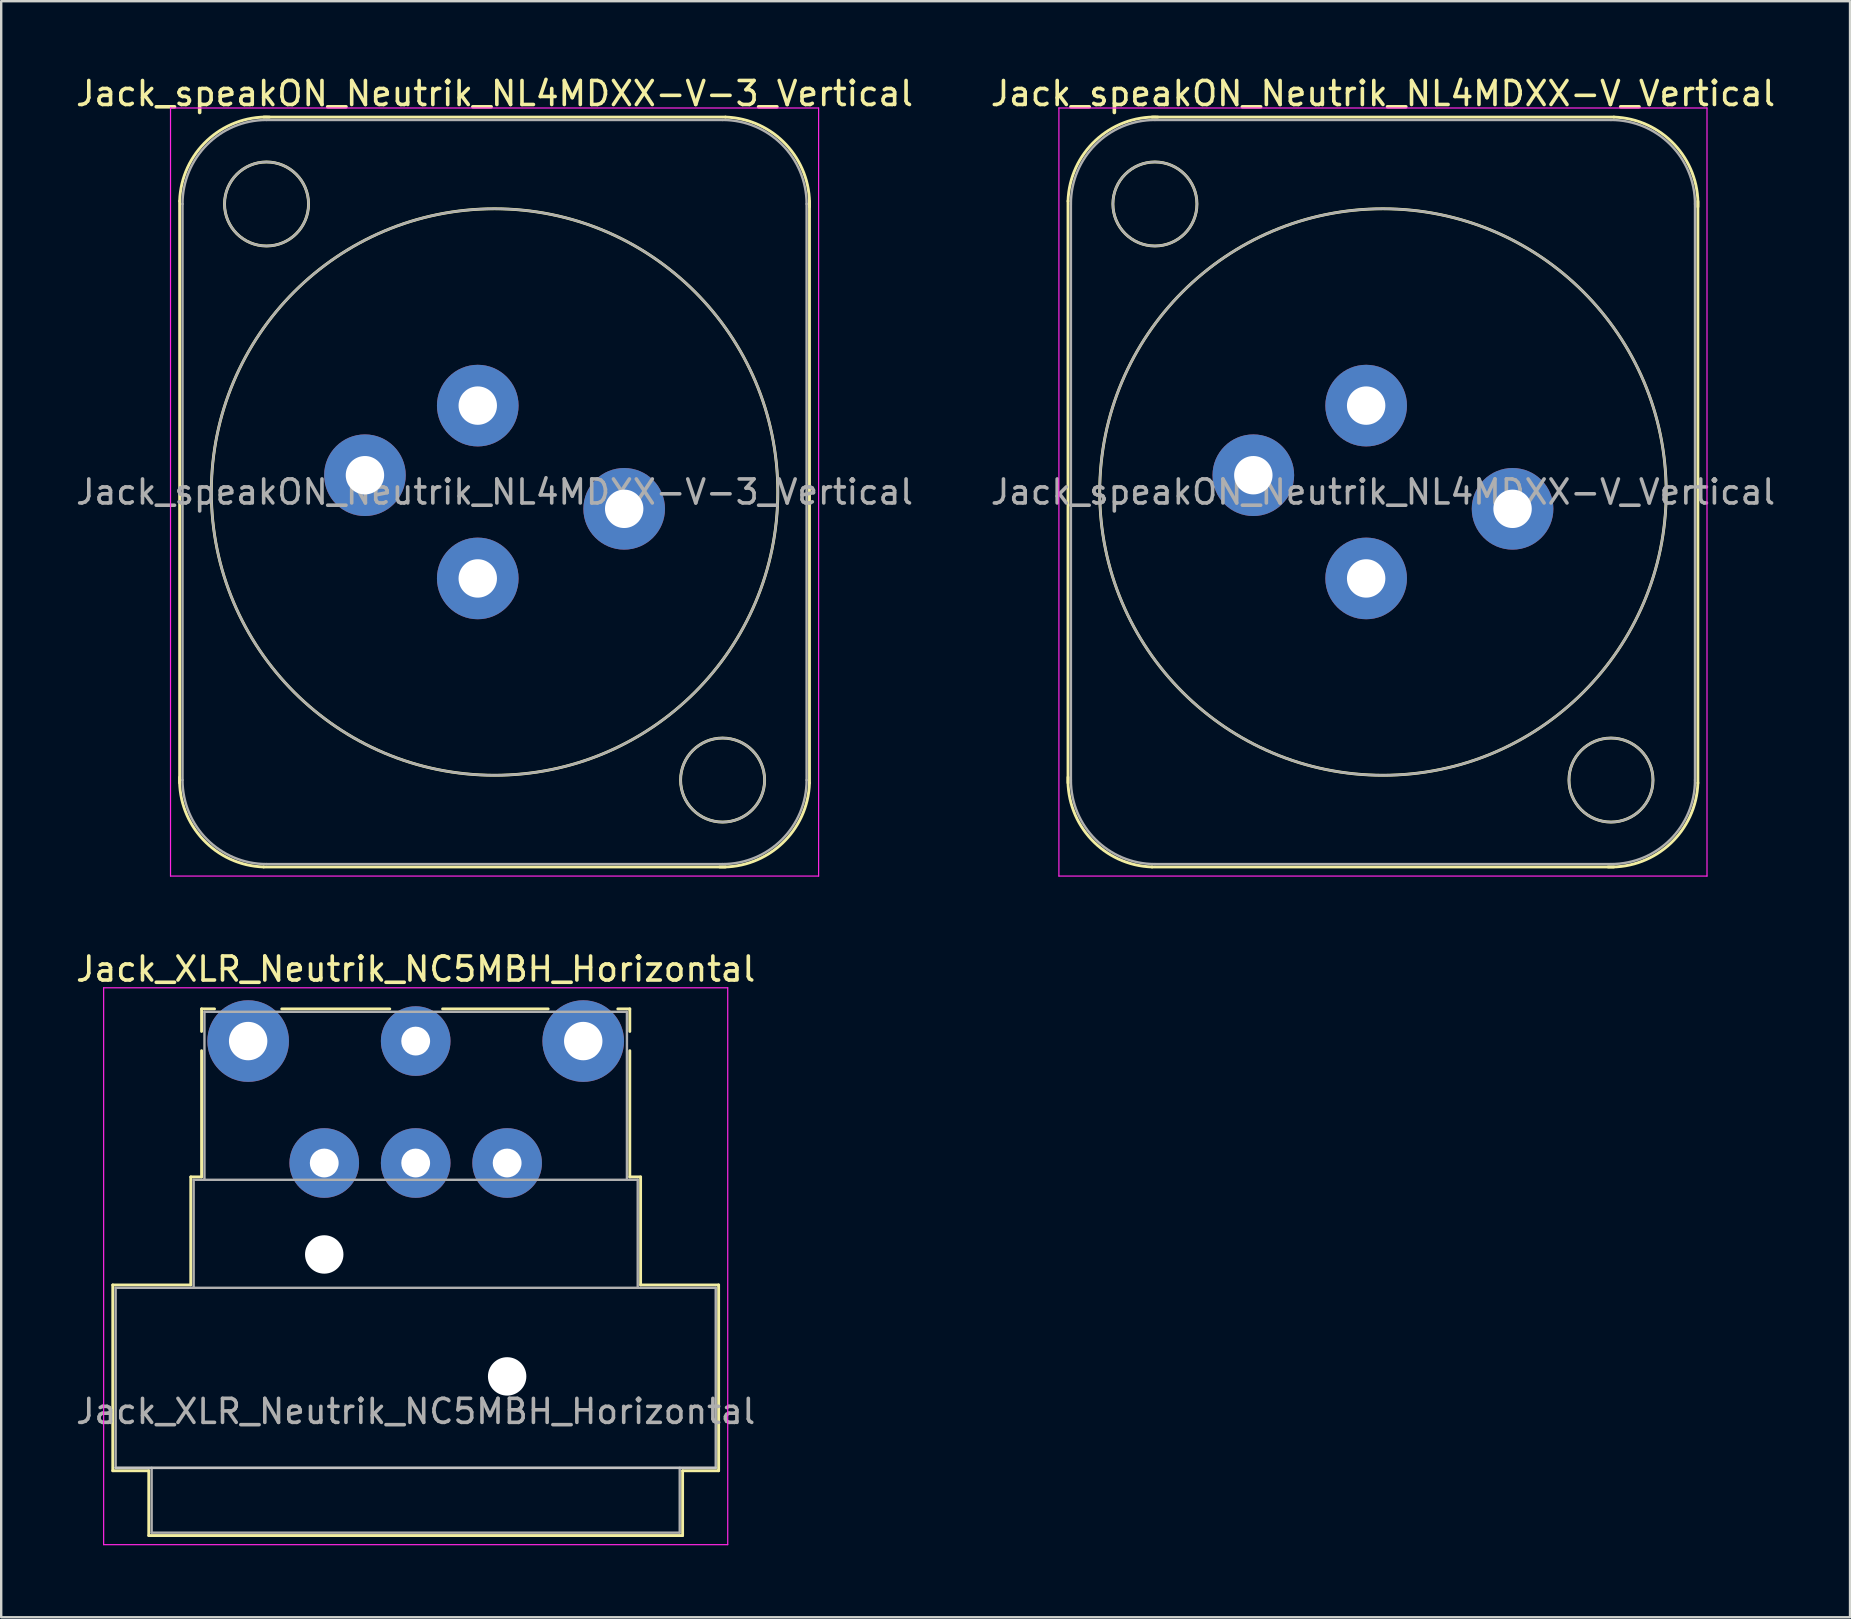
<source format=kicad_pcb>
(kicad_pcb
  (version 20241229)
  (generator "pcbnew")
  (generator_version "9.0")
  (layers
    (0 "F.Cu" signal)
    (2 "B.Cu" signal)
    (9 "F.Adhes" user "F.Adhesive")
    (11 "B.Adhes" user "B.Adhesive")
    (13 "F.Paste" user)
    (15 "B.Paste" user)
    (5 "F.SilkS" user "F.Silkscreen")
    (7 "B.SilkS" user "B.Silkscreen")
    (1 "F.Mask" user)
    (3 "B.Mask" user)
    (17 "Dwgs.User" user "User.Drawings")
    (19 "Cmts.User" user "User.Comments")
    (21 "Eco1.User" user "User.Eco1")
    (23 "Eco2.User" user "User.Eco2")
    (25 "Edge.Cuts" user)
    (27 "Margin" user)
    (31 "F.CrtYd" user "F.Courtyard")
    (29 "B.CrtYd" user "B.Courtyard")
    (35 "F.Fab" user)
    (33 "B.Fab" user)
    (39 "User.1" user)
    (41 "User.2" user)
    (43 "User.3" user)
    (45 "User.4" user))
  (footprint "Jack_XLR_Neutrik_NC5MBH_Horizontal"
    (layer "F.Cu")
    (at 7.288 40.322)
    (property "Reference" "Jack_XLR_Neutrik_NC5MBH_Horizontal" (at 6.98 -3 0) (layer "F.SilkS") (effects (font (size 1 1) (thickness 0.15))))
    (attr through_hole)
    (fp_line (start -5.64 10.16) (end -2.39 10.16) (stroke (width 0.12) (type solid)) (layer "F.SilkS"))
    (fp_line (start -5.64 17.9) (end -5.64 10.16) (stroke (width 0.12) (type solid)) (layer "F.SilkS"))
    (fp_line (start -4.14 17.9) (end -5.64 17.9) (stroke (width 0.12) (type solid)) (layer "F.SilkS"))
    (fp_line (start -4.14 17.9) (end -4.14 20.6) (stroke (width 0.12) (type solid)) (layer "F.SilkS"))
    (fp_line (start -2.39 10.16) (end -2.39 5.66) (stroke (width 0.12) (type solid)) (layer "F.SilkS"))
    (fp_line (start -1.94 -1.34) (end -1.94 -0.4) (stroke (width 0.12) (type solid)) (layer "F.SilkS"))
    (fp_line (start -1.94 -1.34) (end -1.4 -1.34) (stroke (width 0.12) (type solid)) (layer "F.SilkS"))
    (fp_line (start -1.94 5.66) (end -2.39 5.66) (stroke (width 0.12) (type solid)) (layer "F.SilkS"))
    (fp_line (start -1.94 5.66) (end -1.94 0.4) (stroke (width 0.12) (type solid)) (layer "F.SilkS"))
    (fp_line (start 5.9 -1.34) (end 1.4 -1.34) (stroke (width 0.12) (type solid)) (layer "F.SilkS"))
    (fp_line (start 12.5 -1.34) (end 8.1 -1.34) (stroke (width 0.12) (type solid)) (layer "F.SilkS"))
    (fp_line (start 15.9 -1.34) (end 15.4 -1.34) (stroke (width 0.12) (type solid)) (layer "F.SilkS"))
    (fp_line (start 15.9 -1.34) (end 15.9 -0.4) (stroke (width 0.12) (type solid)) (layer "F.SilkS"))
    (fp_line (start 15.9 5.66) (end 15.9 0.4) (stroke (width 0.12) (type solid)) (layer "F.SilkS"))
    (fp_line (start 15.9 5.66) (end 16.35 5.66) (stroke (width 0.12) (type solid)) (layer "F.SilkS"))
    (fp_line (start 16.35 10.16) (end 16.35 5.66) (stroke (width 0.12) (type solid)) (layer "F.SilkS"))
    (fp_line (start 16.35 10.16) (end 19.6 10.16) (stroke (width 0.12) (type solid)) (layer "F.SilkS"))
    (fp_line (start 18.1 17.9) (end 18.1 20.6) (stroke (width 0.12) (type solid)) (layer "F.SilkS"))
    (fp_line (start 18.1 20.6) (end -4.14 20.6) (stroke (width 0.12) (type solid)) (layer "F.SilkS"))
    (fp_line (start 19.6 17.9) (end 18.1 17.9) (stroke (width 0.12) (type solid)) (layer "F.SilkS"))
    (fp_line (start 19.6 17.9) (end 19.6 10.16) (stroke (width 0.12) (type solid)) (layer "F.SilkS"))
    (fp_line (start 19.48 17.78) (end -5.52 17.78) (stroke (width 0.1) (type solid)) (layer "Dwgs.User"))
    (fp_line (start -6.02 20.98) (end -6.02 -2.22) (stroke (width 0.05) (type solid)) (layer "F.CrtYd"))
    (fp_line (start 19.98 -2.22) (end -6.02 -2.22) (stroke (width 0.05) (type solid)) (layer "F.CrtYd"))
    (fp_line (start 19.98 20.98) (end -6.02 20.98) (stroke (width 0.05) (type solid)) (layer "F.CrtYd"))
    (fp_line (start 19.98 20.98) (end 19.98 -2.22) (stroke (width 0.05) (type solid)) (layer "F.CrtYd"))
    (fp_line (start -5.52 10.28) (end 19.48 10.28) (stroke (width 0.1) (type solid)) (layer "F.Fab"))
    (fp_line (start -5.52 17.78) (end -5.52 10.28) (stroke (width 0.1) (type solid)) (layer "F.Fab"))
    (fp_line (start -4.02 20.48) (end -4.02 17.78) (stroke (width 0.1) (type solid)) (layer "F.Fab"))
    (fp_line (start -2.27 5.78) (end -2.27 10.28) (stroke (width 0.1) (type solid)) (layer "F.Fab"))
    (fp_line (start -2.27 5.78) (end 16.23 5.78) (stroke (width 0.1) (type solid)) (layer "F.Fab"))
    (fp_line (start -1.82 5.78) (end -1.82 -1.22) (stroke (width 0.1) (type solid)) (layer "F.Fab"))
    (fp_line (start 15.78 -1.22) (end -1.82 -1.22) (stroke (width 0.1) (type solid)) (layer "F.Fab"))
    (fp_line (start 15.78 5.78) (end 15.78 -1.22) (stroke (width 0.1) (type solid)) (layer "F.Fab"))
    (fp_line (start 16.23 10.28) (end 16.23 5.78) (stroke (width 0.1) (type solid)) (layer "F.Fab"))
    (fp_line (start 17.98 17.78) (end 17.98 20.48) (stroke (width 0.1) (type solid)) (layer "F.Fab"))
    (fp_line (start 17.98 20.48) (end -4.02 20.48) (stroke (width 0.1) (type solid)) (layer "F.Fab"))
    (fp_line (start 19.48 10.28) (end 19.48 17.78) (stroke (width 0.1) (type solid)) (layer "F.Fab"))
    (fp_line (start 19.48 17.78) (end -5.52 17.78) (stroke (width 0.1) (type solid)) (layer "F.Fab"))
    (fp_text user "${REFERENCE}" (at 6.98 15.43 0) (layer "F.Fab") (effects (font (size 1 1) (thickness 0.15))))
    (pad "" np_thru_hole circle (at 3.17 8.89) (size 1.6 1.6) (drill 1.6) (layers "*.Cu" "*.Mask"))
    (pad "" np_thru_hole circle (at 10.79 13.97) (size 1.6 1.6) (drill 1.6) (layers "*.Cu" "*.Mask"))
    (pad "1" thru_hole circle (at 0 0) (size 3.4 3.4) (drill 1.6) (layers "*.Cu" "*.Mask"))
    (pad "2" thru_hole circle (at 3.17 5.08) (size 2.9 2.9) (drill 1.2) (layers "*.Cu" "*.Mask"))
    (pad "3" thru_hole circle (at 6.98 0) (size 2.9 2.9) (drill 1.2) (layers "*.Cu" "*.Mask"))
    (pad "4" thru_hole circle (at 10.79 5.08) (size 2.9 2.9) (drill 1.2) (layers "*.Cu" "*.Mask"))
    (pad "5" thru_hole circle (at 13.96 0) (size 3.4 3.4) (drill 1.6) (layers "*.Cu" "*.Mask"))
    (pad "G" thru_hole circle (at 6.98 5.08) (size 2.9 2.9) (drill 1.2) (layers "*.Cu" "*.Mask")))
  (footprint "Jack_speakON_Neutrik_NL4MDXX-V-3_Vertical"
    (layer "F.Cu")
    (at 16.854 13.848)
    (property "Reference" "Jack_speakON_Neutrik_NL4MDXX-V-3_Vertical" (at 0.7 -13 0) (layer "F.SilkS") (effects (font (size 1 1) (thickness 0.15))))
    (attr through_hole)
    (fp_line (start -12.42 15.72) (end -12.42 -8.52) (stroke (width 0.12) (type solid)) (layer "F.SilkS"))
    (fp_line (start -8.92 -12.02) (end 10.32 -12.02) (stroke (width 0.12) (type solid)) (layer "F.SilkS"))
    (fp_line (start -8.92 19.22) (end 10.32 19.22) (stroke (width 0.12) (type solid)) (layer "F.SilkS"))
    (fp_line (start 13.82 15.72) (end 13.82 -8.52) (stroke (width 0.12) (type solid)) (layer "F.SilkS"))
    (fp_arc (start -12.42 -8.52) (mid -11.274874 -11.044579) (end -8.68 -12.02) (stroke (width 0.12) (type solid)) (layer "F.SilkS"))
    (fp_arc (start -8.92 19.22) (mid -11.444579 18.074874) (end -12.42 15.48) (stroke (width 0.12) (type solid)) (layer "F.SilkS"))
    (fp_arc (start 10.32 -12.02) (mid 12.844579 -10.874874) (end 13.82 -8.28) (stroke (width 0.12) (type solid)) (layer "F.SilkS"))
    (fp_arc (start 13.82 15.72) (mid 12.674874 18.244579) (end 10.08 19.22) (stroke (width 0.12) (type solid)) (layer "F.SilkS"))
    (fp_circle (center -8.8 -8.4) (end -7.05 -8.4) (stroke (width 0.12) (type solid)) (fill no) (layer "F.SilkS"))
    (fp_circle (center 0.7 3.6) (end 12.5 3.6) (stroke (width 0.12) (type solid)) (fill no) (layer "F.SilkS"))
    (fp_circle (center 10.2 15.6) (end 11.95 15.6) (stroke (width 0.12) (type solid)) (fill no) (layer "F.SilkS"))
    (fp_line (start -12.8 -12.4) (end 14.2 -12.4) (stroke (width 0.05) (type solid)) (layer "F.CrtYd"))
    (fp_line (start -12.8 19.6) (end -12.8 -12.4) (stroke (width 0.05) (type solid)) (layer "F.CrtYd"))
    (fp_line (start -12.8 19.6) (end 14.2 19.6) (stroke (width 0.05) (type solid)) (layer "F.CrtYd"))
    (fp_line (start 14.2 19.6) (end 14.2 -12.4) (stroke (width 0.05) (type solid)) (layer "F.CrtYd"))
    (fp_line (start -12.3 15.6) (end -12.3 -8.4) (stroke (width 0.1) (type solid)) (layer "F.Fab"))
    (fp_line (start -8.8 -11.9) (end 10.2 -11.9) (stroke (width 0.1) (type solid)) (layer "F.Fab"))
    (fp_line (start -8.8 19.1) (end 10.2 19.1) (stroke (width 0.1) (type solid)) (layer "F.Fab"))
    (fp_line (start 13.7 15.6) (end 13.7 -8.4) (stroke (width 0.1) (type solid)) (layer "F.Fab"))
    (fp_arc (start -12.3 -8.4) (mid -11.274874 -10.874874) (end -8.8 -11.9) (stroke (width 0.1) (type solid)) (layer "F.Fab"))
    (fp_arc (start -8.8 19.1) (mid -11.274874 18.074874) (end -12.3 15.6) (stroke (width 0.1) (type solid)) (layer "F.Fab"))
    (fp_arc (start 10.2 -11.9) (mid 12.674874 -10.874874) (end 13.7 -8.4) (stroke (width 0.1) (type solid)) (layer "F.Fab"))
    (fp_arc (start 13.7 15.6) (mid 12.674874 18.074874) (end 10.2 19.1) (stroke (width 0.1) (type solid)) (layer "F.Fab"))
    (fp_circle (center -8.8 -8.4) (end -7.05 -8.4) (stroke (width 0.1) (type solid)) (fill no) (layer "F.Fab"))
    (fp_circle (center 0.7 3.6) (end 12.5 3.6) (stroke (width 0.1) (type solid)) (fill no) (layer "F.Fab"))
    (fp_circle (center 10.2 15.6) (end 8.45 15.6) (stroke (width 0.1) (type solid)) (fill no) (layer "F.Fab"))
    (fp_text user "${REFERENCE}" (at 0.7 3.6 0) (layer "F.Fab") (effects (font (size 1 1) (thickness 0.15))))
    (pad "1+" thru_hole circle (at 0 0) (size 3.4 3.4) (drill 1.6) (layers "*.Cu" "*.Mask"))
    (pad "1-" thru_hole circle (at -4.7 2.9) (size 3.4 3.4) (drill 1.6) (layers "*.Cu" "*.Mask"))
    (pad "2+" thru_hole circle (at 0 7.2) (size 3.4 3.4) (drill 1.6) (layers "*.Cu" "*.Mask"))
    (pad "2-" thru_hole circle (at 6.1 4.3) (size 3.4 3.4) (drill 1.6) (layers "*.Cu" "*.Mask")))
  (footprint "Jack_speakON_Neutrik_NL4MDXX-V_Vertical"
    (layer "F.Cu")
    (at 53.865 13.848)
    (property "Reference" "Jack_speakON_Neutrik_NL4MDXX-V_Vertical" (at 0.7 -13 0) (layer "F.SilkS") (effects (font (size 1 1) (thickness 0.15))))
    (attr through_hole)
    (fp_line (start -12.42 15.72) (end -12.42 -8.52) (stroke (width 0.12) (type solid)) (layer "F.SilkS"))
    (fp_line (start -8.92 -12.02) (end 10.32 -12.02) (stroke (width 0.12) (type solid)) (layer "F.SilkS"))
    (fp_line (start -8.92 19.22) (end 10.32 19.22) (stroke (width 0.12) (type solid)) (layer "F.SilkS"))
    (fp_line (start 13.82 15.72) (end 13.82 -8.52) (stroke (width 0.12) (type solid)) (layer "F.SilkS"))
    (fp_arc (start -12.42 -8.52) (mid -11.274874 -11.044579) (end -8.68 -12.02) (stroke (width 0.12) (type solid)) (layer "F.SilkS"))
    (fp_arc (start -8.92 19.22) (mid -11.444579 18.074874) (end -12.42 15.48) (stroke (width 0.12) (type solid)) (layer "F.SilkS"))
    (fp_arc (start 10.32 -12.02) (mid 12.844579 -10.874874) (end 13.82 -8.28) (stroke (width 0.12) (type solid)) (layer "F.SilkS"))
    (fp_arc (start 13.82 15.72) (mid 12.674874 18.244579) (end 10.08 19.22) (stroke (width 0.12) (type solid)) (layer "F.SilkS"))
    (fp_circle (center -8.8 -8.4) (end -7.05 -8.4) (stroke (width 0.12) (type solid)) (fill no) (layer "F.SilkS"))
    (fp_circle (center 0.7 3.6) (end 12.5 3.6) (stroke (width 0.12) (type solid)) (fill no) (layer "F.SilkS"))
    (fp_circle (center 10.2 15.6) (end 11.95 15.6) (stroke (width 0.12) (type solid)) (fill no) (layer "F.SilkS"))
    (fp_line (start -12.8 -12.4) (end 14.2 -12.4) (stroke (width 0.05) (type solid)) (layer "F.CrtYd"))
    (fp_line (start -12.8 19.6) (end -12.8 -12.4) (stroke (width 0.05) (type solid)) (layer "F.CrtYd"))
    (fp_line (start -12.8 19.6) (end 14.2 19.6) (stroke (width 0.05) (type solid)) (layer "F.CrtYd"))
    (fp_line (start 14.2 19.6) (end 14.2 -12.4) (stroke (width 0.05) (type solid)) (layer "F.CrtYd"))
    (fp_line (start -12.3 15.6) (end -12.3 -8.4) (stroke (width 0.1) (type solid)) (layer "F.Fab"))
    (fp_line (start -8.8 -11.9) (end 10.2 -11.9) (stroke (width 0.1) (type solid)) (layer "F.Fab"))
    (fp_line (start -8.8 19.1) (end 10.2 19.1) (stroke (width 0.1) (type solid)) (layer "F.Fab"))
    (fp_line (start 13.7 15.6) (end 13.7 -8.4) (stroke (width 0.1) (type solid)) (layer "F.Fab"))
    (fp_arc (start -12.3 -8.4) (mid -11.274874 -10.874874) (end -8.8 -11.9) (stroke (width 0.1) (type solid)) (layer "F.Fab"))
    (fp_arc (start -8.8 19.1) (mid -11.274874 18.074874) (end -12.3 15.6) (stroke (width 0.1) (type solid)) (layer "F.Fab"))
    (fp_arc (start 10.2 -11.9) (mid 12.674874 -10.874874) (end 13.7 -8.4) (stroke (width 0.1) (type solid)) (layer "F.Fab"))
    (fp_arc (start 13.7 15.6) (mid 12.674874 18.074874) (end 10.2 19.1) (stroke (width 0.1) (type solid)) (layer "F.Fab"))
    (fp_circle (center -8.8 -8.4) (end -7.05 -8.4) (stroke (width 0.1) (type solid)) (fill no) (layer "F.Fab"))
    (fp_circle (center 0.7 3.6) (end 12.5 3.6) (stroke (width 0.1) (type solid)) (fill no) (layer "F.Fab"))
    (fp_circle (center 10.2 15.6) (end 8.45 15.6) (stroke (width 0.1) (type solid)) (fill no) (layer "F.Fab"))
    (fp_text user "${REFERENCE}" (at 0.7 3.6 0) (layer "F.Fab") (effects (font (size 1 1) (thickness 0.15))))
    (pad "1+" thru_hole circle (at 0 0) (size 3.4 3.4) (drill 1.6) (layers "*.Cu" "*.Mask"))
    (pad "1-" thru_hole circle (at -4.7 2.9) (size 3.4 3.4) (drill 1.6) (layers "*.Cu" "*.Mask"))
    (pad "2+" thru_hole circle (at 0 7.2) (size 3.4 3.4) (drill 1.6) (layers "*.Cu" "*.Mask"))
    (pad "2-" thru_hole circle (at 6.1 4.3) (size 3.4 3.4) (drill 1.6) (layers "*.Cu" "*.Mask")))
  (gr_rect
    (start -3 -3)
    (end 74.024 64.326)
    (stroke (width 0.1) (type default))
    (fill no)
    (layer "Edge.Cuts")))
</source>
